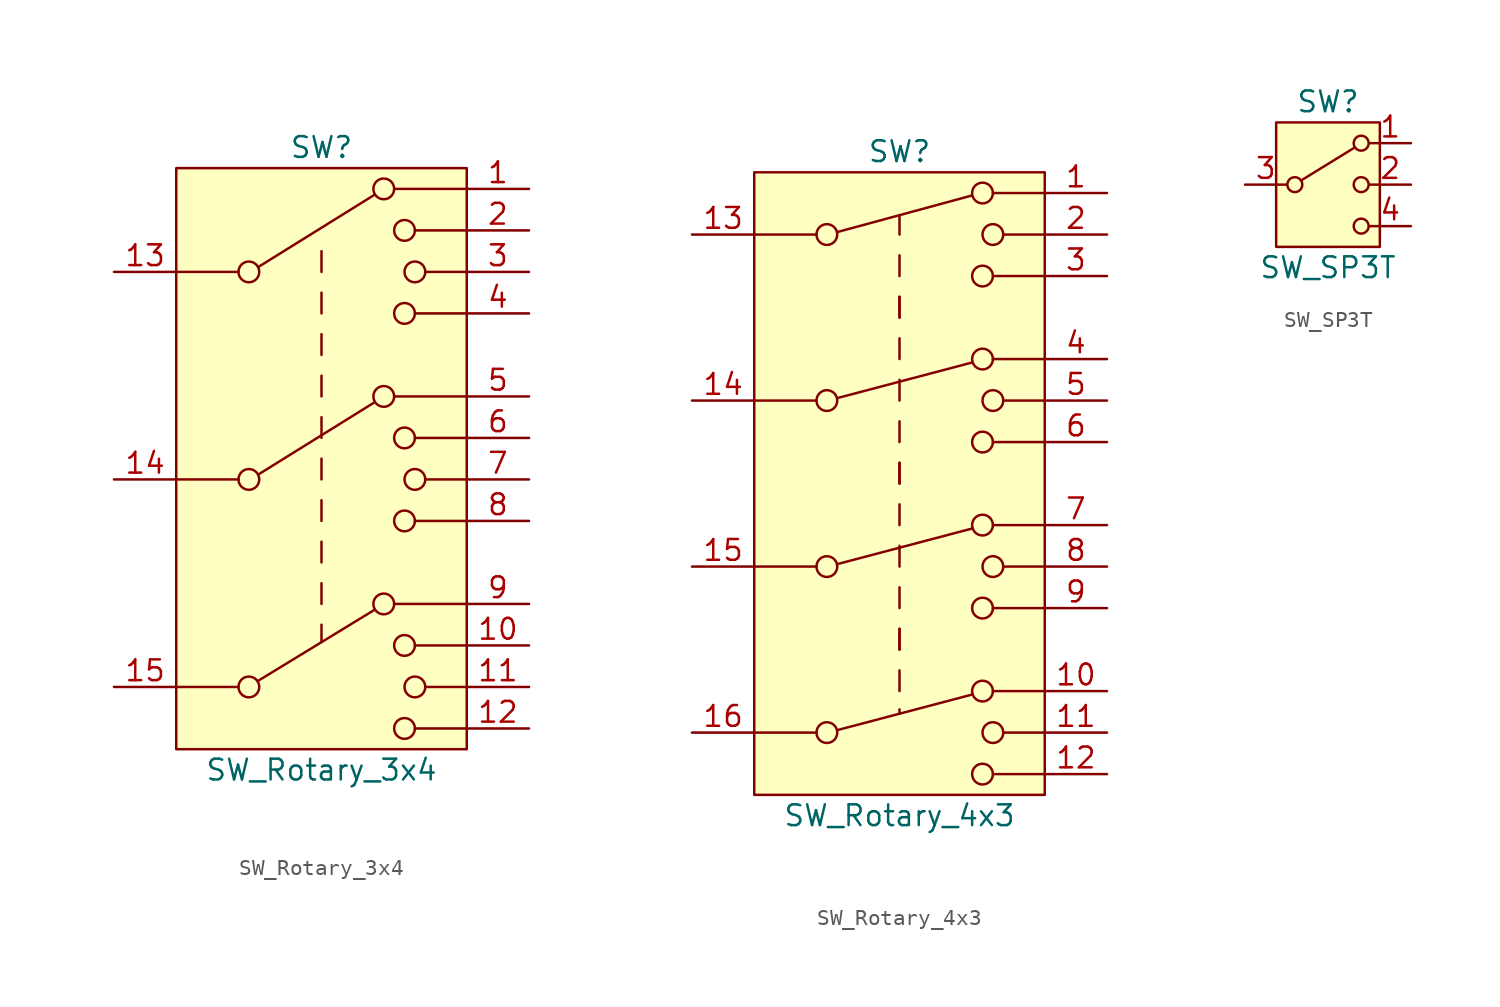
<source format=kicad_sym>
(kicad_symbol_lib
  (version 20241209)
  (generator "kicad_symbol_editor")
  (generator_version "9.0")
  (symbol "SW_Rotary_3x4"
    (pin_names
      (offset 1.016)
      (hide yes))
    (property "Reference" "SW"
      (at 0 20.32 0)
      (effects (font (size 1.27 1.27))))
    (property "Value" "SW_Rotary_3x4"
      (at 0 -17.78 0)
      (effects (font (size 1.27 1.27))))
    (symbol "SW_Rotary_3x4_0_0"
      (circle (center -4.445 12.7) (radius 0.635) (stroke (width 0) (type default)) (fill (type none)))
      (circle (center -4.445 0) (radius 0.635) (stroke (width 0) (type default)) (fill (type none)))
      (circle (center -4.445 -12.7) (radius 0.635) (stroke (width 0) (type default)) (fill (type none)))
      (polyline (pts (xy -3.912 -12.344) (xy 3.251 -7.976)) (stroke (width 0) (type default)) (fill (type none)))
      (polyline (pts (xy -3.861 13.005) (xy 3.251 17.424)) (stroke (width 0) (type default)) (fill (type none)))
      (polyline (pts (xy -3.861 0.305) (xy 3.251 4.724)) (stroke (width 0) (type default)) (fill (type none)))
      (polyline (pts (xy 0 12.7) (xy 0 13.97)) (stroke (width 0) (type default)) (fill (type none)))
      (polyline (pts (xy 0 10.16) (xy 0 11.43)) (stroke (width 0) (type default)) (fill (type none)))
      (polyline (pts (xy 0 7.62) (xy 0 8.89)) (stroke (width 0) (type default)) (fill (type none)))
      (polyline (pts (xy 0 5.08) (xy 0 6.35)) (stroke (width 0) (type default)) (fill (type none)))
      (polyline (pts (xy 0 2.54) (xy 0 3.81)) (stroke (width 0) (type default)) (fill (type none)))
      (polyline (pts (xy 0 0) (xy 0 1.27)) (stroke (width 0) (type default)) (fill (type none)))
      (polyline (pts (xy 0 -2.54) (xy 0 -1.27)) (stroke (width 0) (type default)) (fill (type none)))
      (polyline (pts (xy 0 -5.08) (xy 0 -3.81)) (stroke (width 0) (type default)) (fill (type none)))
      (polyline (pts (xy 0 -7.62) (xy 0 -6.35)) (stroke (width 0) (type default)) (fill (type none)))
      (polyline (pts (xy 0 -9.957) (xy 0 -8.89)) (stroke (width 0) (type default)) (fill (type none)))
      (circle (center 3.81 17.78) (radius 0.635) (stroke (width 0) (type default)) (fill (type none)))
      (circle (center 3.81 5.08) (radius 0.635) (stroke (width 0) (type default)) (fill (type none)))
      (circle (center 3.81 -7.62) (radius 0.635) (stroke (width 0) (type default)) (fill (type none)))
      (polyline (pts (xy 4.445 17.78) (xy 8.89 17.78)) (stroke (width 0) (type default)) (fill (type none)))
      (polyline (pts (xy 4.445 5.08) (xy 8.89 5.08)) (stroke (width 0) (type default)) (fill (type none)))
      (polyline (pts (xy 4.445 -7.62) (xy 8.89 -7.62)) (stroke (width 0) (type default)) (fill (type none)))
      (circle (center 5.08 15.24) (radius 0.635) (stroke (width 0) (type default)) (fill (type none)))
      (circle (center 5.08 10.16) (radius 0.635) (stroke (width 0) (type default)) (fill (type none)))
      (circle (center 5.08 2.54) (radius 0.635) (stroke (width 0) (type default)) (fill (type none)))
      (circle (center 5.08 -2.54) (radius 0.635) (stroke (width 0) (type default)) (fill (type none)))
      (circle (center 5.08 -10.16) (radius 0.635) (stroke (width 0) (type default)) (fill (type none)))
      (circle (center 5.08 -15.24) (radius 0.635) (stroke (width 0) (type default)) (fill (type none)))
      (polyline (pts (xy 5.715 15.24) (xy 8.89 15.24)) (stroke (width 0) (type default)) (fill (type none)))
      (circle (center 5.715 12.7) (radius 0.635) (stroke (width 0) (type default)) (fill (type none)))
      (polyline (pts (xy 5.715 10.16) (xy 8.89 10.16)) (stroke (width 0) (type default)) (fill (type none)))
      (polyline (pts (xy 5.715 2.54) (xy 8.89 2.54)) (stroke (width 0) (type default)) (fill (type none)))
      (circle (center 5.715 0) (radius 0.635) (stroke (width 0) (type default)) (fill (type none)))
      (polyline (pts (xy 5.715 -2.54) (xy 8.89 -2.54)) (stroke (width 0) (type default)) (fill (type none)))
      (polyline (pts (xy 5.715 -10.16) (xy 8.89 -10.16)) (stroke (width 0) (type default)) (fill (type none)))
      (circle (center 5.715 -12.7) (radius 0.635) (stroke (width 0) (type default)) (fill (type none)))
      (polyline (pts (xy 5.715 -15.24) (xy 8.89 -15.24)) (stroke (width 0) (type default)) (fill (type none)))
      (polyline (pts (xy 6.35 12.7) (xy 8.89 12.7)) (stroke (width 0) (type default)) (fill (type none)))
      (polyline (pts (xy 6.35 0) (xy 8.89 0)) (stroke (width 0) (type default)) (fill (type none)))
      (polyline (pts (xy 6.35 -12.7) (xy 8.89 -12.7)) (stroke (width 0) (type default)) (fill (type none))))
    (symbol "SW_Rotary_3x4_0_1"
      (polyline (pts (xy -5.08 12.7) (xy -8.89 12.7)) (stroke (width 0) (type default)) (fill (type none)))
      (polyline (pts (xy -5.08 0) (xy -8.89 0)) (stroke (width 0) (type default)) (fill (type none)))
      (polyline (pts (xy -5.08 -12.7) (xy -8.89 -12.7)) (stroke (width 0) (type default)) (fill (type none))))
    (symbol "SW_Rotary_3x4_1_1"
      (rectangle (start -8.89 19.05) (end 8.89 -16.51) (stroke (width 0) (type default)) (fill (type background)))
      (pin passive line (at -12.7 12.7 0) (length 3.81) (name "13" (effects (font (size 1.27 1.27)))) (number "13" (effects (font (size 1.27 1.27)))))
      (pin passive line (at -12.7 0 0) (length 3.81) (name "14" (effects (font (size 1.27 1.27)))) (number "14" (effects (font (size 1.27 1.27)))))
      (pin passive line (at -12.7 -12.7 0) (length 3.81) (name "15" (effects (font (size 1.27 1.27)))) (number "15" (effects (font (size 1.27 1.27)))))
      (pin passive line (at 12.7 17.78 180) (length 3.81) (name "1" (effects (font (size 1.27 1.27)))) (number "1" (effects (font (size 1.27 1.27)))))
      (pin passive line (at 12.7 15.24 180) (length 3.81) (name "2" (effects (font (size 1.27 1.27)))) (number "2" (effects (font (size 1.27 1.27)))))
      (pin passive line (at 12.7 12.7 180) (length 3.81) (name "3" (effects (font (size 1.27 1.27)))) (number "3" (effects (font (size 1.27 1.27)))))
      (pin passive line (at 12.7 10.16 180) (length 3.81) (name "4" (effects (font (size 1.27 1.27)))) (number "4" (effects (font (size 1.27 1.27)))))
      (pin passive line (at 12.7 5.08 180) (length 3.81) (name "5" (effects (font (size 1.27 1.27)))) (number "5" (effects (font (size 1.27 1.27)))))
      (pin passive line (at 12.7 2.54 180) (length 3.81) (name "6" (effects (font (size 1.27 1.27)))) (number "6" (effects (font (size 1.27 1.27)))))
      (pin passive line (at 12.7 0 180) (length 3.81) (name "7" (effects (font (size 1.27 1.27)))) (number "7" (effects (font (size 1.27 1.27)))))
      (pin passive line (at 12.7 -2.54 180) (length 3.81) (name "8" (effects (font (size 1.27 1.27)))) (number "8" (effects (font (size 1.27 1.27)))))
      (pin passive line (at 12.7 -7.62 180) (length 3.81) (name "9" (effects (font (size 1.27 1.27)))) (number "9" (effects (font (size 1.27 1.27)))))
      (pin passive line (at 12.7 -10.16 180) (length 3.81) (name "10" (effects (font (size 1.27 1.27)))) (number "10" (effects (font (size 1.27 1.27)))))
      (pin passive line (at 12.7 -12.7 180) (length 3.81) (name "11" (effects (font (size 1.27 1.27)))) (number "11" (effects (font (size 1.27 1.27)))))
      (pin passive line (at 12.7 -15.24 180) (length 3.81) (name "12" (effects (font (size 1.27 1.27)))) (number "12" (effects (font (size 1.27 1.27)))))))
  (symbol "SW_Rotary_4x3"
    (pin_names
      (offset 1.016)
      (hide yes))
    (property "Reference" "SW"
      (at 0 20.32 0)
      (effects (font (size 1.27 1.27))))
    (property "Value" "SW_Rotary_4x3"
      (at 0 -20.32 0)
      (effects (font (size 1.27 1.27))))
    (symbol "SW_Rotary_4x3_0_0"
      (circle (center -4.445 15.24) (radius 0.635) (stroke (width 0) (type default)) (fill (type none)))
      (circle (center -4.445 5.08) (radius 0.635) (stroke (width 0) (type default)) (fill (type none)))
      (circle (center -4.445 -5.08) (radius 0.635) (stroke (width 0) (type default)) (fill (type none)))
      (circle (center -4.445 -15.24) (radius 0.635) (stroke (width 0) (type default)) (fill (type none)))
      (polyline (pts (xy -3.81 15.392) (xy 4.42 17.628)) (stroke (width 0) (type default)) (fill (type none)))
      (polyline (pts (xy -3.81 5.232) (xy 4.47 7.417)) (stroke (width 0) (type default)) (fill (type none)))
      (polyline (pts (xy -3.81 -4.928) (xy 4.47 -2.743)) (stroke (width 0) (type default)) (fill (type none)))
      (polyline (pts (xy -3.81 -15.088) (xy 4.47 -12.903)) (stroke (width 0) (type default)) (fill (type none)))
      (polyline (pts (xy 0 15.24) (xy 0 16.408)) (stroke (width 0) (type default)) (fill (type none)))
      (polyline (pts (xy 0 12.7) (xy 0 13.97)) (stroke (width 0) (type default)) (fill (type none)))
      (polyline (pts (xy 0 10.16) (xy 0 11.43)) (stroke (width 0) (type default)) (fill (type none)))
      (polyline (pts (xy 0 10.16) (xy 0 11.43)) (stroke (width 0) (type default)) (fill (type none)))
      (polyline (pts (xy 0 7.62) (xy 0 8.89)) (stroke (width 0) (type default)) (fill (type none)))
      (polyline (pts (xy 0 5.08) (xy 0 6.35)) (stroke (width 0) (type default)) (fill (type none)))
      (polyline (pts (xy 0 2.54) (xy 0 3.81)) (stroke (width 0) (type default)) (fill (type none)))
      (polyline (pts (xy 0 0) (xy 0 1.27)) (stroke (width 0) (type default)) (fill (type none)))
      (polyline (pts (xy 0 0) (xy 0 1.27)) (stroke (width 0) (type default)) (fill (type none)))
      (polyline (pts (xy 0 -2.54) (xy 0 -1.27)) (stroke (width 0) (type default)) (fill (type none)))
      (polyline (pts (xy 0 -5.08) (xy 0 -3.81)) (stroke (width 0) (type default)) (fill (type none)))
      (polyline (pts (xy 0 -7.62) (xy 0 -6.35)) (stroke (width 0) (type default)) (fill (type none)))
      (polyline (pts (xy 0 -10.16) (xy 0 -8.89)) (stroke (width 0) (type default)) (fill (type none)))
      (polyline (pts (xy 0 -10.16) (xy 0 -8.89)) (stroke (width 0) (type default)) (fill (type none)))
      (polyline (pts (xy 0 -12.7) (xy 0 -11.43)) (stroke (width 0) (type default)) (fill (type none)))
      (polyline (pts (xy 0 -14.072) (xy 0 -13.818)) (stroke (width 0) (type default)) (fill (type none)))
      (circle (center 5.08 17.78) (radius 0.635) (stroke (width 0) (type default)) (fill (type none)))
      (circle (center 5.08 12.7) (radius 0.635) (stroke (width 0) (type default)) (fill (type none)))
      (circle (center 5.08 7.62) (radius 0.635) (stroke (width 0) (type default)) (fill (type none)))
      (circle (center 5.08 2.54) (radius 0.635) (stroke (width 0) (type default)) (fill (type none)))
      (circle (center 5.08 -2.54) (radius 0.635) (stroke (width 0) (type default)) (fill (type none)))
      (circle (center 5.08 -7.62) (radius 0.635) (stroke (width 0) (type default)) (fill (type none)))
      (circle (center 5.08 -12.7) (radius 0.635) (stroke (width 0) (type default)) (fill (type none)))
      (circle (center 5.08 -17.78) (radius 0.635) (stroke (width 0) (type default)) (fill (type none)))
      (polyline (pts (xy 5.715 17.78) (xy 8.89 17.78)) (stroke (width 0) (type default)) (fill (type none)))
      (circle (center 5.715 15.24) (radius 0.635) (stroke (width 0) (type default)) (fill (type none)))
      (polyline (pts (xy 5.715 12.7) (xy 8.89 12.7)) (stroke (width 0) (type default)) (fill (type none)))
      (polyline (pts (xy 5.715 7.62) (xy 8.89 7.62)) (stroke (width 0) (type default)) (fill (type none)))
      (circle (center 5.715 5.08) (radius 0.635) (stroke (width 0) (type default)) (fill (type none)))
      (polyline (pts (xy 5.715 2.54) (xy 8.89 2.54)) (stroke (width 0) (type default)) (fill (type none)))
      (polyline (pts (xy 5.715 -2.54) (xy 8.89 -2.54)) (stroke (width 0) (type default)) (fill (type none)))
      (circle (center 5.715 -5.08) (radius 0.635) (stroke (width 0) (type default)) (fill (type none)))
      (polyline (pts (xy 5.715 -7.62) (xy 8.89 -7.62)) (stroke (width 0) (type default)) (fill (type none)))
      (polyline (pts (xy 5.715 -12.7) (xy 8.89 -12.7)) (stroke (width 0) (type default)) (fill (type none)))
      (circle (center 5.715 -15.24) (radius 0.635) (stroke (width 0) (type default)) (fill (type none)))
      (polyline (pts (xy 5.715 -17.78) (xy 8.89 -17.78)) (stroke (width 0) (type default)) (fill (type none)))
      (polyline (pts (xy 6.35 15.24) (xy 8.89 15.24)) (stroke (width 0) (type default)) (fill (type none)))
      (polyline (pts (xy 6.35 5.08) (xy 8.89 5.08)) (stroke (width 0) (type default)) (fill (type none)))
      (polyline (pts (xy 6.35 -5.08) (xy 8.89 -5.08)) (stroke (width 0) (type default)) (fill (type none)))
      (polyline (pts (xy 6.35 -15.24) (xy 8.89 -15.24)) (stroke (width 0) (type default)) (fill (type none))))
    (symbol "SW_Rotary_4x3_0_1"
      (polyline (pts (xy -5.08 15.24) (xy -8.89 15.24)) (stroke (width 0) (type default)) (fill (type none)))
      (polyline (pts (xy -5.08 5.08) (xy -8.89 5.08)) (stroke (width 0) (type default)) (fill (type none)))
      (polyline (pts (xy -5.08 -5.08) (xy -8.89 -5.08)) (stroke (width 0) (type default)) (fill (type none)))
      (polyline (pts (xy -5.08 -15.24) (xy -8.89 -15.24)) (stroke (width 0) (type default)) (fill (type none))))
    (symbol "SW_Rotary_4x3_1_1"
      (rectangle (start -8.89 19.05) (end 8.89 -19.05) (stroke (width 0) (type default)) (fill (type background)))
      (pin passive line (at -12.7 15.24 0) (length 3.81) (name "13" (effects (font (size 1.27 1.27)))) (number "13" (effects (font (size 1.27 1.27)))))
      (pin passive line (at -12.7 5.08 0) (length 3.81) (name "14" (effects (font (size 1.27 1.27)))) (number "14" (effects (font (size 1.27 1.27)))))
      (pin passive line (at -12.7 -5.08 0) (length 3.81) (name "15" (effects (font (size 1.27 1.27)))) (number "15" (effects (font (size 1.27 1.27)))))
      (pin passive line (at -12.7 -15.24 0) (length 3.81) (name "16" (effects (font (size 1.27 1.27)))) (number "16" (effects (font (size 1.27 1.27)))))
      (pin passive line (at 12.7 17.78 180) (length 3.81) (name "1" (effects (font (size 1.27 1.27)))) (number "1" (effects (font (size 1.27 1.27)))))
      (pin passive line (at 12.7 15.24 180) (length 3.81) (name "2" (effects (font (size 1.27 1.27)))) (number "2" (effects (font (size 1.27 1.27)))))
      (pin passive line (at 12.7 12.7 180) (length 3.81) (name "3" (effects (font (size 1.27 1.27)))) (number "3" (effects (font (size 1.27 1.27)))))
      (pin passive line (at 12.7 7.62 180) (length 3.81) (name "4" (effects (font (size 1.27 1.27)))) (number "4" (effects (font (size 1.27 1.27)))))
      (pin passive line (at 12.7 5.08 180) (length 3.81) (name "5" (effects (font (size 1.27 1.27)))) (number "5" (effects (font (size 1.27 1.27)))))
      (pin passive line (at 12.7 2.54 180) (length 3.81) (name "6" (effects (font (size 1.27 1.27)))) (number "6" (effects (font (size 1.27 1.27)))))
      (pin passive line (at 12.7 -2.54 180) (length 3.81) (name "7" (effects (font (size 1.27 1.27)))) (number "7" (effects (font (size 1.27 1.27)))))
      (pin passive line (at 12.7 -5.08 180) (length 3.81) (name "8" (effects (font (size 1.27 1.27)))) (number "8" (effects (font (size 1.27 1.27)))))
      (pin passive line (at 12.7 -7.62 180) (length 3.81) (name "9" (effects (font (size 1.27 1.27)))) (number "9" (effects (font (size 1.27 1.27)))))
      (pin passive line (at 12.7 -12.7 180) (length 3.81) (name "10" (effects (font (size 1.27 1.27)))) (number "10" (effects (font (size 1.27 1.27)))))
      (pin passive line (at 12.7 -15.24 180) (length 3.81) (name "11" (effects (font (size 1.27 1.27)))) (number "11" (effects (font (size 1.27 1.27)))))
      (pin passive line (at 12.7 -17.78 180) (length 3.81) (name "12" (effects (font (size 1.27 1.27)))) (number "12" (effects (font (size 1.27 1.27)))))))
  (symbol "SW_SP3T"
    (pin_names
      (offset 0)
      (hide yes))
    (property "Reference" "SW"
      (at 0 5.08 0)
      (effects (font (size 1.27 1.27))))
    (property "Value" "SW_SP3T"
      (at 0 -5.08 0)
      (effects (font (size 1.27 1.27))))
    (symbol "SW_SP3T_0_1"
      (circle (center -2.032 0) (radius 0.457) (stroke (width 0) (type default)) (fill (type none)))
      (polyline (pts (xy -1.651 0.254) (xy 1.651 2.286)) (stroke (width 0) (type default)) (fill (type none)))
      (circle (center 2.032 2.54) (radius 0.457) (stroke (width 0) (type default)) (fill (type none)))
      (circle (center 2.032 0) (radius 0.457) (stroke (width 0) (type default)) (fill (type none)))
      (circle (center 2.032 -2.54) (radius 0.457) (stroke (width 0) (type default)) (fill (type none))))
    (symbol "SW_SP3T_1_1"
      (rectangle (start -3.175 3.81) (end 3.175 -3.81) (stroke (width 0) (type default)) (fill (type background)))
      (pin passive line (at -5.08 0 0) (length 2.54) (name "3" (effects (font (size 1.27 1.27)))) (number "3" (effects (font (size 1.27 1.27)))))
      (pin passive line (at 5.08 2.54 180) (length 2.54) (name "1" (effects (font (size 1.27 1.27)))) (number "1" (effects (font (size 1.27 1.27)))))
      (pin passive line (at 5.08 0 180) (length 2.54) (name "2" (effects (font (size 1.27 1.27)))) (number "2" (effects (font (size 1.27 1.27)))))
      (pin passive line (at 5.08 -2.54 180) (length 2.54) (name "4" (effects (font (size 1.27 1.27)))) (number "4" (effects (font (size 1.27 1.27))))))))
</source>
